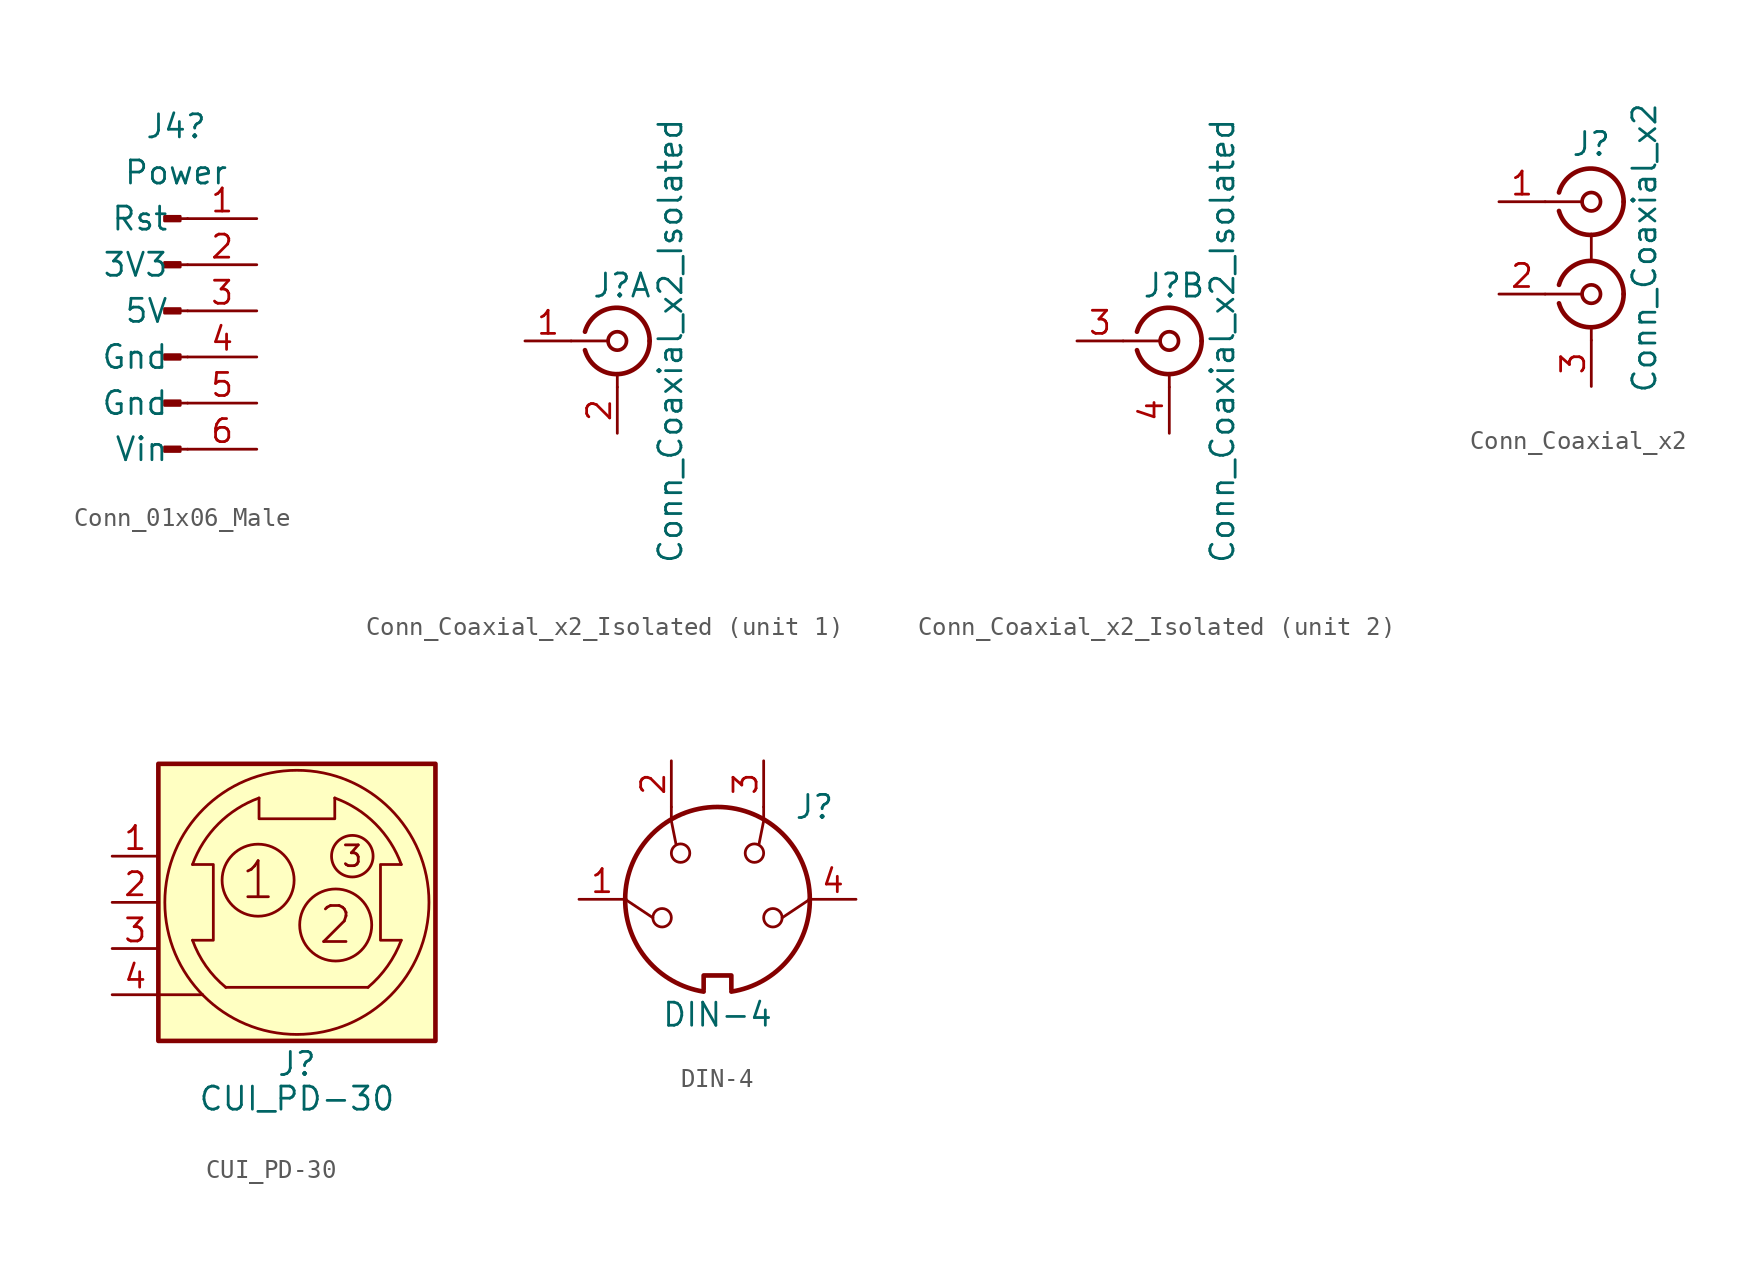
<source format=kicad_sym>
(kicad_symbol_lib
  (version 20211014)
  (generator kicad_symbol_editor)
  (symbol "Conn_01x06_Male"
    (pin_names
      (offset 1.016))
    (property "Reference" "J4"
      (at 0.635 10.16 0)
      (effects (font (size 1.27 1.27))))
    (property "Value" "Power"
      (at 0.635 7.62 0)
      (effects (font (size 1.27 1.27))))
    (symbol "Conn_01x06_Male_1_1"
      (polyline (pts (xy 1.27 -7.62) (xy 0.864 -7.62)) (stroke (width 0.152) (type default) (color 0 0 0 0)) (fill (type none)))
      (polyline (pts (xy 1.27 -5.08) (xy 0.864 -5.08)) (stroke (width 0.152) (type default) (color 0 0 0 0)) (fill (type none)))
      (polyline (pts (xy 1.27 -2.54) (xy 0.864 -2.54)) (stroke (width 0.152) (type default) (color 0 0 0 0)) (fill (type none)))
      (polyline (pts (xy 1.27 0) (xy 0.864 0)) (stroke (width 0.152) (type default) (color 0 0 0 0)) (fill (type none)))
      (polyline (pts (xy 1.27 2.54) (xy 0.864 2.54)) (stroke (width 0.152) (type default) (color 0 0 0 0)) (fill (type none)))
      (polyline (pts (xy 1.27 5.08) (xy 0.864 5.08)) (stroke (width 0.152) (type default) (color 0 0 0 0)) (fill (type none)))
      (rectangle (start 0.864 -7.493) (end 0 -7.747) (stroke (width 0.152) (type default) (color 0 0 0 0)) (fill (type outline)))
      (rectangle (start 0.864 -4.953) (end 0 -5.207) (stroke (width 0.152) (type default) (color 0 0 0 0)) (fill (type outline)))
      (rectangle (start 0.864 -2.413) (end 0 -2.667) (stroke (width 0.152) (type default) (color 0 0 0 0)) (fill (type outline)))
      (rectangle (start 0.864 0.127) (end 0 -0.127) (stroke (width 0.152) (type default) (color 0 0 0 0)) (fill (type outline)))
      (rectangle (start 0.864 2.667) (end 0 2.413) (stroke (width 0.152) (type default) (color 0 0 0 0)) (fill (type outline)))
      (rectangle (start 0.864 5.207) (end 0 4.953) (stroke (width 0.152) (type default) (color 0 0 0 0)) (fill (type outline)))
      (pin passive line (at 5.08 5.08 180) (length 3.81) (name "Rst" (effects (font (size 1.27 1.27)))) (number "1" (effects (font (size 1.27 1.27)))))
      (pin passive line (at 5.08 2.54 180) (length 3.81) (name "3V3" (effects (font (size 1.27 1.27)))) (number "2" (effects (font (size 1.27 1.27)))))
      (pin passive line (at 5.08 0 180) (length 3.81) (name "5V" (effects (font (size 1.27 1.27)))) (number "3" (effects (font (size 1.27 1.27)))))
      (pin passive line (at 5.08 -2.54 180) (length 3.81) (name "Gnd" (effects (font (size 1.27 1.27)))) (number "4" (effects (font (size 1.27 1.27)))))
      (pin passive line (at 5.08 -5.08 180) (length 3.81) (name "Gnd" (effects (font (size 1.27 1.27)))) (number "5" (effects (font (size 1.27 1.27)))))
      (pin passive line (at 5.08 -7.62 180) (length 3.81) (name "Vin" (effects (font (size 1.27 1.27)))) (number "6" (effects (font (size 1.27 1.27)))))))
  (symbol "Conn_Coaxial_x2_Isolated"
    (pin_names
      (offset 1.016) hide)
    (property "Reference" "J"
      (at 0.254 3.048 0)
      (effects (font (size 1.27 1.27))))
    (property "Value" "Conn_Coaxial_x2_Isolated"
      (at 2.921 0 90)
      (effects (font (size 1.27 1.27))))
    (symbol "Conn_Coaxial_x2_Isolated_0_1"
      (arc (start -1.778 -0.508) (mid 0.222 -1.808) (end 1.778 0) (stroke (width 0.254) (type default) (color 0 0 0 0)) (fill (type none)))
      (polyline (pts (xy -2.54 0) (xy -0.508 0)) (stroke (width 0) (type default) (color 0 0 0 0)) (fill (type none)))
      (polyline (pts (xy 0 -2.54) (xy 0 -1.778)) (stroke (width 0) (type default) (color 0 0 0 0)) (fill (type none)))
      (circle (center 0 0) (radius 0.508) (stroke (width 0.203) (type default) (color 0 0 0 0)) (fill (type none)))
      (arc (start 1.778 0) (mid 0.2221 1.8083) (end -1.778 0.508) (stroke (width 0.254) (type default) (color 0 0 0 0)) (fill (type none))))
    (symbol "Conn_Coaxial_x2_Isolated_1_1"
      (pin passive line (at -5.08 0 0) (length 2.54) (name "In1" (effects (font (size 1.27 1.27)))) (number "1" (effects (font (size 1.27 1.27)))))
      (pin passive line (at 0 -5.08 90) (length 2.54) (name "Ext1" (effects (font (size 1.27 1.27)))) (number "2" (effects (font (size 1.27 1.27))))))
    (symbol "Conn_Coaxial_x2_Isolated_2_1"
      (pin passive line (at -5.08 0 0) (length 2.54) (name "In2" (effects (font (size 1.27 1.27)))) (number "3" (effects (font (size 1.27 1.27)))))
      (pin passive line (at 0 -5.08 90) (length 2.54) (name "Ext2" (effects (font (size 1.27 1.27)))) (number "4" (effects (font (size 1.27 1.27)))))))
  (symbol "Conn_Coaxial_x2"
    (pin_names
      (offset 1.016) hide)
    (property "Reference" "J"
      (at 0 5.715 0)
      (effects (font (size 1.27 1.27))))
    (property "Value" "Conn_Coaxial_x2"
      (at 2.921 0 90)
      (effects (font (size 1.27 1.27))))
    (symbol "Conn_Coaxial_x2_0_1"
      (arc (start -1.778 -3.048) (mid 0.222 -4.348) (end 1.778 -2.54) (stroke (width 0.254) (type default) (color 0 0 0 0)) (fill (type none)))
      (arc (start -1.778 2.032) (mid 0.222 0.732) (end 1.778 2.54) (stroke (width 0.254) (type default) (color 0 0 0 0)) (fill (type none)))
      (circle (center 0 -2.54) (radius 0.508) (stroke (width 0.203) (type default) (color 0 0 0 0)) (fill (type none)))
      (polyline (pts (xy -2.54 -2.54) (xy -0.508 -2.54)) (stroke (width 0) (type default) (color 0 0 0 0)) (fill (type none)))
      (polyline (pts (xy -2.54 2.54) (xy -0.508 2.54)) (stroke (width 0) (type default) (color 0 0 0 0)) (fill (type none)))
      (polyline (pts (xy 0 -5.08) (xy 0 -4.318)) (stroke (width 0) (type default) (color 0 0 0 0)) (fill (type none)))
      (polyline (pts (xy 0 0.762) (xy 0 -0.635)) (stroke (width 0) (type default) (color 0 0 0 0)) (fill (type none)))
      (circle (center 0 2.54) (radius 0.508) (stroke (width 0.203) (type default) (color 0 0 0 0)) (fill (type none)))
      (arc (start 1.778 -2.54) (mid 0.2221 -0.7317) (end -1.778 -2.032) (stroke (width 0.254) (type default) (color 0 0 0 0)) (fill (type none)))
      (arc (start 1.778 2.54) (mid 0.2221 4.3483) (end -1.778 3.048) (stroke (width 0.254) (type default) (color 0 0 0 0)) (fill (type none))))
    (symbol "Conn_Coaxial_x2_1_1"
      (pin passive line (at -5.08 2.54 0) (length 2.54) (name "IN1" (effects (font (size 1.27 1.27)))) (number "1" (effects (font (size 1.27 1.27)))))
      (pin passive line (at -5.08 -2.54 0) (length 2.54) (name "IN2" (effects (font (size 1.27 1.27)))) (number "2" (effects (font (size 1.27 1.27)))))
      (pin passive line (at 0 -7.62 90) (length 2.54) (name "EXT" (effects (font (size 1.27 1.27)))) (number "3" (effects (font (size 1.27 1.27)))))))
  (symbol "CUI_PD-30"
    (pin_names
      (offset 1.016) hide)
    (property "Reference" "J"
      (at 0 -8.89 0)
      (effects (font (size 1.27 1.27))))
    (property "Value" "CUI_PD-30"
      (at 0 -10.795 0)
      (effects (font (size 1.27 1.27))))
    (symbol "CUI_PD-30_0_1"
      (rectangle (start -7.62 -7.62) (end 7.62 7.62) (stroke (width 0.254) (type default) (color 0 0 0 0)) (fill (type background)))
      (arc (start -5.7404 -2.0828) (mid -5.0022 -3.5026) (end -3.9116 -4.6736) (stroke (width 0) (type default) (color 0 0 0 0)) (fill (type none)))
      (circle (center -2.134 1.219) (radius 1.981) (stroke (width 0) (type default) (color 0 0 0 0)) (fill (type none)))
      (arc (start -2.0828 5.7404) (mid -4.318 4.318) (end -5.7404 2.0828) (stroke (width 0) (type default) (color 0 0 0 0)) (fill (type none)))
      (polyline (pts (xy -7.62 -5.08) (xy -5.182 -5.08)) (stroke (width 0) (type default) (color 0 0 0 0)) (fill (type none)))
      (polyline (pts (xy -3.912 -4.674) (xy 3.912 -4.674)) (stroke (width 0) (type default) (color 0 0 0 0)) (fill (type none)))
      (polyline (pts (xy -5.74 2.083) (xy -4.597 2.083) (xy -4.597 -2.083) (xy -5.74 -2.083)) (stroke (width 0) (type default) (color 0 0 0 0)) (fill (type none)))
      (polyline (pts (xy 2.083 5.74) (xy 2.083 4.597) (xy -2.083 4.597) (xy -2.083 5.74)) (stroke (width 0) (type default) (color 0 0 0 0)) (fill (type none)))
      (polyline (pts (xy 5.74 -2.083) (xy 4.597 -2.083) (xy 4.597 2.083) (xy 5.74 2.083)) (stroke (width 0) (type default) (color 0 0 0 0)) (fill (type none)))
      (circle (center 0 0) (radius 7.264) (stroke (width 0) (type default) (color 0 0 0 0)) (fill (type none)))
      (circle (center 2.134 -1.245) (radius 1.981) (stroke (width 0) (type default) (color 0 0 0 0)) (fill (type none)))
      (circle (center 3.048 2.54) (radius 1.143) (stroke (width 0) (type default) (color 0 0 0 0)) (fill (type none)))
      (arc (start 3.9116 -4.6736) (mid 4.9924 -3.4956) (end 5.7404 -2.0828) (stroke (width 0) (type default) (color 0 0 0 0)) (fill (type none)))
      (arc (start 5.7404 2.0828) (mid 4.318 4.318) (end 2.0828 5.7404) (stroke (width 0) (type default) (color 0 0 0 0)) (fill (type none)))
      (text "1" (at -2.134 1.219 0) (effects (font (size 1.981 1.981))))
      (text "2" (at 2.134 -1.245 0) (effects (font (size 1.981 1.981))))
      (text "3" (at 3.048 2.54 0) (effects (font (size 1.143 1.143)))))
    (symbol "CUI_PD-30_1_1"
      (pin passive line (at -10.16 2.54 0) (length 2.54) (name "1" (effects (font (size 1.27 1.27)))) (number "1" (effects (font (size 1.27 1.27)))))
      (pin passive line (at -10.16 0 0) (length 2.54) (name "2" (effects (font (size 1.27 1.27)))) (number "2" (effects (font (size 1.27 1.27)))))
      (pin passive line (at -10.16 -2.54 0) (length 2.54) (name "3" (effects (font (size 1.27 1.27)))) (number "3" (effects (font (size 1.27 1.27)))))
      (pin passive line (at -10.16 -5.08 0) (length 2.54) (name "Shield" (effects (font (size 1.27 1.27)))) (number "4" (effects (font (size 1.27 1.27)))))))
  (symbol "DIN-4"
    (pin_names
      (offset 1.016))
    (property "Reference" "J"
      (at 5.334 5.08 0)
      (effects (font (size 1.27 1.27))))
    (property "Value" "DIN-4"
      (at 0 -6.35 0)
      (effects (font (size 1.27 1.27))))
    (symbol "DIN-4_0_1"
      (arc (start -5.08 0) (mid -3.8597 -3.3379) (end -0.762 -5.08) (stroke (width 0.254) (type default) (color 0 0 0 0)) (fill (type none)))
      (circle (center -3.048 -1.016) (radius 0.508) (stroke (width 0) (type default) (color 0 0 0 0)) (fill (type none)))
      (circle (center -2.032 2.54) (radius 0.508) (stroke (width 0) (type default) (color 0 0 0 0)) (fill (type none)))
      (polyline (pts (xy -3.556 -1.016) (xy -5.08 0)) (stroke (width 0) (type default) (color 0 0 0 0)) (fill (type none)))
      (polyline (pts (xy 5.08 0) (xy 3.556 -1.016)) (stroke (width 0) (type default) (color 0 0 0 0)) (fill (type none)))
      (polyline (pts (xy -2.54 5.08) (xy -2.54 4.318) (xy -2.286 3.048)) (stroke (width 0) (type default) (color 0 0 0 0)) (fill (type none)))
      (polyline (pts (xy 2.54 5.08) (xy 2.54 4.318) (xy 2.286 3.048)) (stroke (width 0) (type default) (color 0 0 0 0)) (fill (type none)))
      (polyline (pts (xy -0.762 -4.953) (xy -0.762 -4.191) (xy 0.762 -4.191) (xy 0.762 -4.953)) (stroke (width 0.254) (type default) (color 0 0 0 0)) (fill (type none)))
      (arc (start 0.762 -5.08) (mid 3.8673 -3.3444) (end 5.08 0) (stroke (width 0.254) (type default) (color 0 0 0 0)) (fill (type none)))
      (circle (center 2.032 2.54) (radius 0.508) (stroke (width 0) (type default) (color 0 0 0 0)) (fill (type none)))
      (circle (center 3.048 -1.016) (radius 0.508) (stroke (width 0) (type default) (color 0 0 0 0)) (fill (type none)))
      (arc (start 5.08 0) (mid 0 5.08) (end -5.08 0) (stroke (width 0.254) (type default) (color 0 0 0 0)) (fill (type none))))
    (symbol "DIN-4_1_1"
      (pin passive line (at -7.62 0 0) (length 2.54) (name "~" (effects (font (size 1.27 1.27)))) (number "1" (effects (font (size 1.27 1.27)))))
      (pin passive line (at -2.54 7.62 270) (length 2.54) (name "~" (effects (font (size 1.27 1.27)))) (number "2" (effects (font (size 1.27 1.27)))))
      (pin passive line (at 2.54 7.62 270) (length 2.54) (name "~" (effects (font (size 1.27 1.27)))) (number "3" (effects (font (size 1.27 1.27)))))
      (pin passive line (at 7.62 0 180) (length 2.54) (name "~" (effects (font (size 1.27 1.27)))) (number "4" (effects (font (size 1.27 1.27))))))))
</source>
